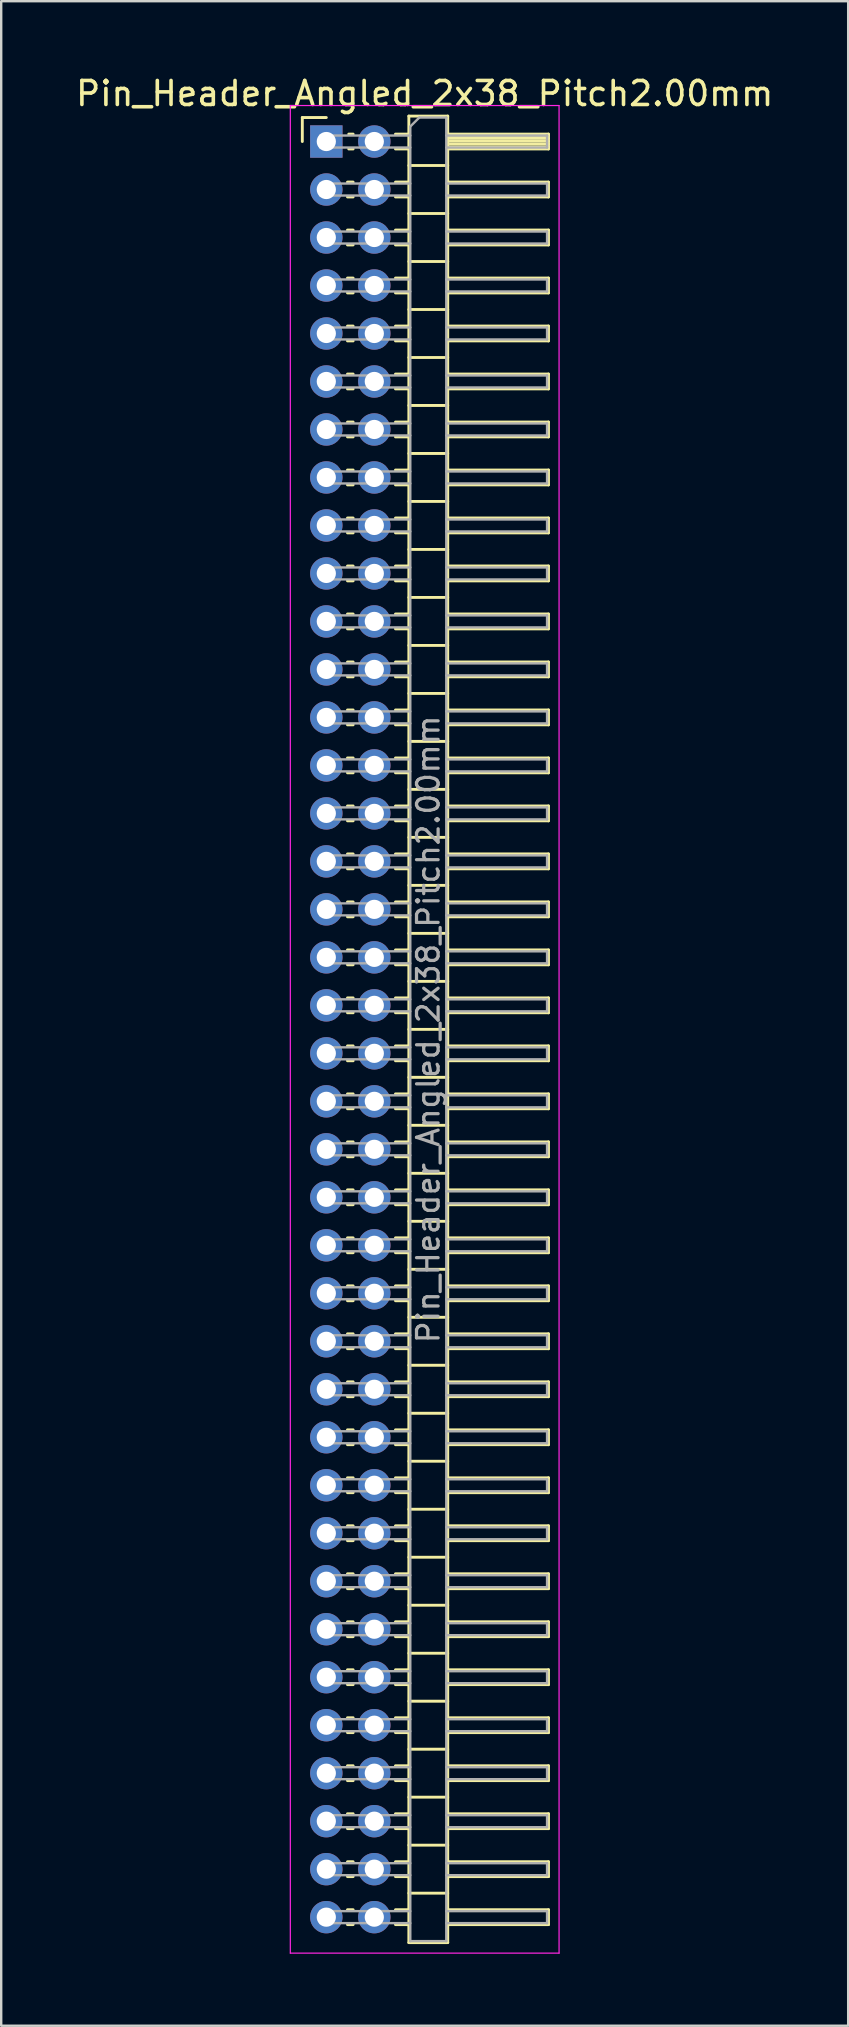
<source format=kicad_pcb>
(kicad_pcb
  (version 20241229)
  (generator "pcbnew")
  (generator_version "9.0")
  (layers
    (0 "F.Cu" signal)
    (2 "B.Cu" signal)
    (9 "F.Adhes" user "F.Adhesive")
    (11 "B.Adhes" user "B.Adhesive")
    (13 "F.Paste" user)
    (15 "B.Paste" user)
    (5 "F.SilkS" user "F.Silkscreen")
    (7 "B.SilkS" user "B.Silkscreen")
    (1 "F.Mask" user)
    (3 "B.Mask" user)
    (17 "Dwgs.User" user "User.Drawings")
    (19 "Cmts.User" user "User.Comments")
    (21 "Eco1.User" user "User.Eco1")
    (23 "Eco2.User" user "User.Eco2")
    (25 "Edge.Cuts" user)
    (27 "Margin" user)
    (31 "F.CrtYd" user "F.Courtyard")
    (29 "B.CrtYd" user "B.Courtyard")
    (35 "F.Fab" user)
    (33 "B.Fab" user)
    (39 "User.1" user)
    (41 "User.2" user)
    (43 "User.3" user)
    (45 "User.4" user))
  (footprint "Pin_Header_Angled_2x38_Pitch2.00mm"
    (layer "F.Cu")
    (at 10.549 2.848)
    (property "Reference" "Pin_Header_Angled_2x38_Pitch2.00mm" (at 4.1 -2 0) (layer "F.SilkS") (effects (font (size 1 1) (thickness 0.15))))
    (attr through_hole)
    (fp_line (start -1 -1) (end 0 -1) (stroke (width 0.12) (type solid)) (layer "F.SilkS"))
    (fp_line (start -1 0) (end -1 -1) (stroke (width 0.12) (type solid)) (layer "F.SilkS"))
    (fp_line (start 0.882 1.69) (end 1.118 1.69) (stroke (width 0.12) (type solid)) (layer "F.SilkS"))
    (fp_line (start 0.882 2.31) (end 1.118 2.31) (stroke (width 0.12) (type solid)) (layer "F.SilkS"))
    (fp_line (start 0.882 3.69) (end 1.118 3.69) (stroke (width 0.12) (type solid)) (layer "F.SilkS"))
    (fp_line (start 0.882 4.31) (end 1.118 4.31) (stroke (width 0.12) (type solid)) (layer "F.SilkS"))
    (fp_line (start 0.882 5.69) (end 1.118 5.69) (stroke (width 0.12) (type solid)) (layer "F.SilkS"))
    (fp_line (start 0.882 6.31) (end 1.118 6.31) (stroke (width 0.12) (type solid)) (layer "F.SilkS"))
    (fp_line (start 0.882 7.69) (end 1.118 7.69) (stroke (width 0.12) (type solid)) (layer "F.SilkS"))
    (fp_line (start 0.882 8.31) (end 1.118 8.31) (stroke (width 0.12) (type solid)) (layer "F.SilkS"))
    (fp_line (start 0.882 9.69) (end 1.118 9.69) (stroke (width 0.12) (type solid)) (layer "F.SilkS"))
    (fp_line (start 0.882 10.31) (end 1.118 10.31) (stroke (width 0.12) (type solid)) (layer "F.SilkS"))
    (fp_line (start 0.882 11.69) (end 1.118 11.69) (stroke (width 0.12) (type solid)) (layer "F.SilkS"))
    (fp_line (start 0.882 12.31) (end 1.118 12.31) (stroke (width 0.12) (type solid)) (layer "F.SilkS"))
    (fp_line (start 0.882 13.69) (end 1.118 13.69) (stroke (width 0.12) (type solid)) (layer "F.SilkS"))
    (fp_line (start 0.882 14.31) (end 1.118 14.31) (stroke (width 0.12) (type solid)) (layer "F.SilkS"))
    (fp_line (start 0.882 15.69) (end 1.118 15.69) (stroke (width 0.12) (type solid)) (layer "F.SilkS"))
    (fp_line (start 0.882 16.31) (end 1.118 16.31) (stroke (width 0.12) (type solid)) (layer "F.SilkS"))
    (fp_line (start 0.882 17.69) (end 1.118 17.69) (stroke (width 0.12) (type solid)) (layer "F.SilkS"))
    (fp_line (start 0.882 18.31) (end 1.118 18.31) (stroke (width 0.12) (type solid)) (layer "F.SilkS"))
    (fp_line (start 0.882 19.69) (end 1.118 19.69) (stroke (width 0.12) (type solid)) (layer "F.SilkS"))
    (fp_line (start 0.882 20.31) (end 1.118 20.31) (stroke (width 0.12) (type solid)) (layer "F.SilkS"))
    (fp_line (start 0.882 21.69) (end 1.118 21.69) (stroke (width 0.12) (type solid)) (layer "F.SilkS"))
    (fp_line (start 0.882 22.31) (end 1.118 22.31) (stroke (width 0.12) (type solid)) (layer "F.SilkS"))
    (fp_line (start 0.882 23.69) (end 1.118 23.69) (stroke (width 0.12) (type solid)) (layer "F.SilkS"))
    (fp_line (start 0.882 24.31) (end 1.118 24.31) (stroke (width 0.12) (type solid)) (layer "F.SilkS"))
    (fp_line (start 0.882 25.69) (end 1.118 25.69) (stroke (width 0.12) (type solid)) (layer "F.SilkS"))
    (fp_line (start 0.882 26.31) (end 1.118 26.31) (stroke (width 0.12) (type solid)) (layer "F.SilkS"))
    (fp_line (start 0.882 27.69) (end 1.118 27.69) (stroke (width 0.12) (type solid)) (layer "F.SilkS"))
    (fp_line (start 0.882 28.31) (end 1.118 28.31) (stroke (width 0.12) (type solid)) (layer "F.SilkS"))
    (fp_line (start 0.882 29.69) (end 1.118 29.69) (stroke (width 0.12) (type solid)) (layer "F.SilkS"))
    (fp_line (start 0.882 30.31) (end 1.118 30.31) (stroke (width 0.12) (type solid)) (layer "F.SilkS"))
    (fp_line (start 0.882 31.69) (end 1.118 31.69) (stroke (width 0.12) (type solid)) (layer "F.SilkS"))
    (fp_line (start 0.882 32.31) (end 1.118 32.31) (stroke (width 0.12) (type solid)) (layer "F.SilkS"))
    (fp_line (start 0.882 33.69) (end 1.118 33.69) (stroke (width 0.12) (type solid)) (layer "F.SilkS"))
    (fp_line (start 0.882 34.31) (end 1.118 34.31) (stroke (width 0.12) (type solid)) (layer "F.SilkS"))
    (fp_line (start 0.882 35.69) (end 1.118 35.69) (stroke (width 0.12) (type solid)) (layer "F.SilkS"))
    (fp_line (start 0.882 36.31) (end 1.118 36.31) (stroke (width 0.12) (type solid)) (layer "F.SilkS"))
    (fp_line (start 0.882 37.69) (end 1.118 37.69) (stroke (width 0.12) (type solid)) (layer "F.SilkS"))
    (fp_line (start 0.882 38.31) (end 1.118 38.31) (stroke (width 0.12) (type solid)) (layer "F.SilkS"))
    (fp_line (start 0.882 39.69) (end 1.118 39.69) (stroke (width 0.12) (type solid)) (layer "F.SilkS"))
    (fp_line (start 0.882 40.31) (end 1.118 40.31) (stroke (width 0.12) (type solid)) (layer "F.SilkS"))
    (fp_line (start 0.882 41.69) (end 1.118 41.69) (stroke (width 0.12) (type solid)) (layer "F.SilkS"))
    (fp_line (start 0.882 42.31) (end 1.118 42.31) (stroke (width 0.12) (type solid)) (layer "F.SilkS"))
    (fp_line (start 0.882 43.69) (end 1.118 43.69) (stroke (width 0.12) (type solid)) (layer "F.SilkS"))
    (fp_line (start 0.882 44.31) (end 1.118 44.31) (stroke (width 0.12) (type solid)) (layer "F.SilkS"))
    (fp_line (start 0.882 45.69) (end 1.118 45.69) (stroke (width 0.12) (type solid)) (layer "F.SilkS"))
    (fp_line (start 0.882 46.31) (end 1.118 46.31) (stroke (width 0.12) (type solid)) (layer "F.SilkS"))
    (fp_line (start 0.882 47.69) (end 1.118 47.69) (stroke (width 0.12) (type solid)) (layer "F.SilkS"))
    (fp_line (start 0.882 48.31) (end 1.118 48.31) (stroke (width 0.12) (type solid)) (layer "F.SilkS"))
    (fp_line (start 0.882 49.69) (end 1.118 49.69) (stroke (width 0.12) (type solid)) (layer "F.SilkS"))
    (fp_line (start 0.882 50.31) (end 1.118 50.31) (stroke (width 0.12) (type solid)) (layer "F.SilkS"))
    (fp_line (start 0.882 51.69) (end 1.118 51.69) (stroke (width 0.12) (type solid)) (layer "F.SilkS"))
    (fp_line (start 0.882 52.31) (end 1.118 52.31) (stroke (width 0.12) (type solid)) (layer "F.SilkS"))
    (fp_line (start 0.882 53.69) (end 1.118 53.69) (stroke (width 0.12) (type solid)) (layer "F.SilkS"))
    (fp_line (start 0.882 54.31) (end 1.118 54.31) (stroke (width 0.12) (type solid)) (layer "F.SilkS"))
    (fp_line (start 0.882 55.69) (end 1.118 55.69) (stroke (width 0.12) (type solid)) (layer "F.SilkS"))
    (fp_line (start 0.882 56.31) (end 1.118 56.31) (stroke (width 0.12) (type solid)) (layer "F.SilkS"))
    (fp_line (start 0.882 57.69) (end 1.118 57.69) (stroke (width 0.12) (type solid)) (layer "F.SilkS"))
    (fp_line (start 0.882 58.31) (end 1.118 58.31) (stroke (width 0.12) (type solid)) (layer "F.SilkS"))
    (fp_line (start 0.882 59.69) (end 1.118 59.69) (stroke (width 0.12) (type solid)) (layer "F.SilkS"))
    (fp_line (start 0.882 60.31) (end 1.118 60.31) (stroke (width 0.12) (type solid)) (layer "F.SilkS"))
    (fp_line (start 0.882 61.69) (end 1.118 61.69) (stroke (width 0.12) (type solid)) (layer "F.SilkS"))
    (fp_line (start 0.882 62.31) (end 1.118 62.31) (stroke (width 0.12) (type solid)) (layer "F.SilkS"))
    (fp_line (start 0.882 63.69) (end 1.118 63.69) (stroke (width 0.12) (type solid)) (layer "F.SilkS"))
    (fp_line (start 0.882 64.31) (end 1.118 64.31) (stroke (width 0.12) (type solid)) (layer "F.SilkS"))
    (fp_line (start 0.882 65.69) (end 1.118 65.69) (stroke (width 0.12) (type solid)) (layer "F.SilkS"))
    (fp_line (start 0.882 66.31) (end 1.118 66.31) (stroke (width 0.12) (type solid)) (layer "F.SilkS"))
    (fp_line (start 0.882 67.69) (end 1.118 67.69) (stroke (width 0.12) (type solid)) (layer "F.SilkS"))
    (fp_line (start 0.882 68.31) (end 1.118 68.31) (stroke (width 0.12) (type solid)) (layer "F.SilkS"))
    (fp_line (start 0.882 69.69) (end 1.118 69.69) (stroke (width 0.12) (type solid)) (layer "F.SilkS"))
    (fp_line (start 0.882 70.31) (end 1.118 70.31) (stroke (width 0.12) (type solid)) (layer "F.SilkS"))
    (fp_line (start 0.882 71.69) (end 1.118 71.69) (stroke (width 0.12) (type solid)) (layer "F.SilkS"))
    (fp_line (start 0.882 72.31) (end 1.118 72.31) (stroke (width 0.12) (type solid)) (layer "F.SilkS"))
    (fp_line (start 0.882 73.69) (end 1.118 73.69) (stroke (width 0.12) (type solid)) (layer "F.SilkS"))
    (fp_line (start 0.882 74.31) (end 1.118 74.31) (stroke (width 0.12) (type solid)) (layer "F.SilkS"))
    (fp_line (start 0.935 -0.31) (end 1.118 -0.31) (stroke (width 0.12) (type solid)) (layer "F.SilkS"))
    (fp_line (start 0.935 0.31) (end 1.118 0.31) (stroke (width 0.12) (type solid)) (layer "F.SilkS"))
    (fp_line (start 2.882 -0.31) (end 3.44 -0.31) (stroke (width 0.12) (type solid)) (layer "F.SilkS"))
    (fp_line (start 2.882 0.31) (end 3.44 0.31) (stroke (width 0.12) (type solid)) (layer "F.SilkS"))
    (fp_line (start 2.882 1.69) (end 3.44 1.69) (stroke (width 0.12) (type solid)) (layer "F.SilkS"))
    (fp_line (start 2.882 2.31) (end 3.44 2.31) (stroke (width 0.12) (type solid)) (layer "F.SilkS"))
    (fp_line (start 2.882 3.69) (end 3.44 3.69) (stroke (width 0.12) (type solid)) (layer "F.SilkS"))
    (fp_line (start 2.882 4.31) (end 3.44 4.31) (stroke (width 0.12) (type solid)) (layer "F.SilkS"))
    (fp_line (start 2.882 5.69) (end 3.44 5.69) (stroke (width 0.12) (type solid)) (layer "F.SilkS"))
    (fp_line (start 2.882 6.31) (end 3.44 6.31) (stroke (width 0.12) (type solid)) (layer "F.SilkS"))
    (fp_line (start 2.882 7.69) (end 3.44 7.69) (stroke (width 0.12) (type solid)) (layer "F.SilkS"))
    (fp_line (start 2.882 8.31) (end 3.44 8.31) (stroke (width 0.12) (type solid)) (layer "F.SilkS"))
    (fp_line (start 2.882 9.69) (end 3.44 9.69) (stroke (width 0.12) (type solid)) (layer "F.SilkS"))
    (fp_line (start 2.882 10.31) (end 3.44 10.31) (stroke (width 0.12) (type solid)) (layer "F.SilkS"))
    (fp_line (start 2.882 11.69) (end 3.44 11.69) (stroke (width 0.12) (type solid)) (layer "F.SilkS"))
    (fp_line (start 2.882 12.31) (end 3.44 12.31) (stroke (width 0.12) (type solid)) (layer "F.SilkS"))
    (fp_line (start 2.882 13.69) (end 3.44 13.69) (stroke (width 0.12) (type solid)) (layer "F.SilkS"))
    (fp_line (start 2.882 14.31) (end 3.44 14.31) (stroke (width 0.12) (type solid)) (layer "F.SilkS"))
    (fp_line (start 2.882 15.69) (end 3.44 15.69) (stroke (width 0.12) (type solid)) (layer "F.SilkS"))
    (fp_line (start 2.882 16.31) (end 3.44 16.31) (stroke (width 0.12) (type solid)) (layer "F.SilkS"))
    (fp_line (start 2.882 17.69) (end 3.44 17.69) (stroke (width 0.12) (type solid)) (layer "F.SilkS"))
    (fp_line (start 2.882 18.31) (end 3.44 18.31) (stroke (width 0.12) (type solid)) (layer "F.SilkS"))
    (fp_line (start 2.882 19.69) (end 3.44 19.69) (stroke (width 0.12) (type solid)) (layer "F.SilkS"))
    (fp_line (start 2.882 20.31) (end 3.44 20.31) (stroke (width 0.12) (type solid)) (layer "F.SilkS"))
    (fp_line (start 2.882 21.69) (end 3.44 21.69) (stroke (width 0.12) (type solid)) (layer "F.SilkS"))
    (fp_line (start 2.882 22.31) (end 3.44 22.31) (stroke (width 0.12) (type solid)) (layer "F.SilkS"))
    (fp_line (start 2.882 23.69) (end 3.44 23.69) (stroke (width 0.12) (type solid)) (layer "F.SilkS"))
    (fp_line (start 2.882 24.31) (end 3.44 24.31) (stroke (width 0.12) (type solid)) (layer "F.SilkS"))
    (fp_line (start 2.882 25.69) (end 3.44 25.69) (stroke (width 0.12) (type solid)) (layer "F.SilkS"))
    (fp_line (start 2.882 26.31) (end 3.44 26.31) (stroke (width 0.12) (type solid)) (layer "F.SilkS"))
    (fp_line (start 2.882 27.69) (end 3.44 27.69) (stroke (width 0.12) (type solid)) (layer "F.SilkS"))
    (fp_line (start 2.882 28.31) (end 3.44 28.31) (stroke (width 0.12) (type solid)) (layer "F.SilkS"))
    (fp_line (start 2.882 29.69) (end 3.44 29.69) (stroke (width 0.12) (type solid)) (layer "F.SilkS"))
    (fp_line (start 2.882 30.31) (end 3.44 30.31) (stroke (width 0.12) (type solid)) (layer "F.SilkS"))
    (fp_line (start 2.882 31.69) (end 3.44 31.69) (stroke (width 0.12) (type solid)) (layer "F.SilkS"))
    (fp_line (start 2.882 32.31) (end 3.44 32.31) (stroke (width 0.12) (type solid)) (layer "F.SilkS"))
    (fp_line (start 2.882 33.69) (end 3.44 33.69) (stroke (width 0.12) (type solid)) (layer "F.SilkS"))
    (fp_line (start 2.882 34.31) (end 3.44 34.31) (stroke (width 0.12) (type solid)) (layer "F.SilkS"))
    (fp_line (start 2.882 35.69) (end 3.44 35.69) (stroke (width 0.12) (type solid)) (layer "F.SilkS"))
    (fp_line (start 2.882 36.31) (end 3.44 36.31) (stroke (width 0.12) (type solid)) (layer "F.SilkS"))
    (fp_line (start 2.882 37.69) (end 3.44 37.69) (stroke (width 0.12) (type solid)) (layer "F.SilkS"))
    (fp_line (start 2.882 38.31) (end 3.44 38.31) (stroke (width 0.12) (type solid)) (layer "F.SilkS"))
    (fp_line (start 2.882 39.69) (end 3.44 39.69) (stroke (width 0.12) (type solid)) (layer "F.SilkS"))
    (fp_line (start 2.882 40.31) (end 3.44 40.31) (stroke (width 0.12) (type solid)) (layer "F.SilkS"))
    (fp_line (start 2.882 41.69) (end 3.44 41.69) (stroke (width 0.12) (type solid)) (layer "F.SilkS"))
    (fp_line (start 2.882 42.31) (end 3.44 42.31) (stroke (width 0.12) (type solid)) (layer "F.SilkS"))
    (fp_line (start 2.882 43.69) (end 3.44 43.69) (stroke (width 0.12) (type solid)) (layer "F.SilkS"))
    (fp_line (start 2.882 44.31) (end 3.44 44.31) (stroke (width 0.12) (type solid)) (layer "F.SilkS"))
    (fp_line (start 2.882 45.69) (end 3.44 45.69) (stroke (width 0.12) (type solid)) (layer "F.SilkS"))
    (fp_line (start 2.882 46.31) (end 3.44 46.31) (stroke (width 0.12) (type solid)) (layer "F.SilkS"))
    (fp_line (start 2.882 47.69) (end 3.44 47.69) (stroke (width 0.12) (type solid)) (layer "F.SilkS"))
    (fp_line (start 2.882 48.31) (end 3.44 48.31) (stroke (width 0.12) (type solid)) (layer "F.SilkS"))
    (fp_line (start 2.882 49.69) (end 3.44 49.69) (stroke (width 0.12) (type solid)) (layer "F.SilkS"))
    (fp_line (start 2.882 50.31) (end 3.44 50.31) (stroke (width 0.12) (type solid)) (layer "F.SilkS"))
    (fp_line (start 2.882 51.69) (end 3.44 51.69) (stroke (width 0.12) (type solid)) (layer "F.SilkS"))
    (fp_line (start 2.882 52.31) (end 3.44 52.31) (stroke (width 0.12) (type solid)) (layer "F.SilkS"))
    (fp_line (start 2.882 53.69) (end 3.44 53.69) (stroke (width 0.12) (type solid)) (layer "F.SilkS"))
    (fp_line (start 2.882 54.31) (end 3.44 54.31) (stroke (width 0.12) (type solid)) (layer "F.SilkS"))
    (fp_line (start 2.882 55.69) (end 3.44 55.69) (stroke (width 0.12) (type solid)) (layer "F.SilkS"))
    (fp_line (start 2.882 56.31) (end 3.44 56.31) (stroke (width 0.12) (type solid)) (layer "F.SilkS"))
    (fp_line (start 2.882 57.69) (end 3.44 57.69) (stroke (width 0.12) (type solid)) (layer "F.SilkS"))
    (fp_line (start 2.882 58.31) (end 3.44 58.31) (stroke (width 0.12) (type solid)) (layer "F.SilkS"))
    (fp_line (start 2.882 59.69) (end 3.44 59.69) (stroke (width 0.12) (type solid)) (layer "F.SilkS"))
    (fp_line (start 2.882 60.31) (end 3.44 60.31) (stroke (width 0.12) (type solid)) (layer "F.SilkS"))
    (fp_line (start 2.882 61.69) (end 3.44 61.69) (stroke (width 0.12) (type solid)) (layer "F.SilkS"))
    (fp_line (start 2.882 62.31) (end 3.44 62.31) (stroke (width 0.12) (type solid)) (layer "F.SilkS"))
    (fp_line (start 2.882 63.69) (end 3.44 63.69) (stroke (width 0.12) (type solid)) (layer "F.SilkS"))
    (fp_line (start 2.882 64.31) (end 3.44 64.31) (stroke (width 0.12) (type solid)) (layer "F.SilkS"))
    (fp_line (start 2.882 65.69) (end 3.44 65.69) (stroke (width 0.12) (type solid)) (layer "F.SilkS"))
    (fp_line (start 2.882 66.31) (end 3.44 66.31) (stroke (width 0.12) (type solid)) (layer "F.SilkS"))
    (fp_line (start 2.882 67.69) (end 3.44 67.69) (stroke (width 0.12) (type solid)) (layer "F.SilkS"))
    (fp_line (start 2.882 68.31) (end 3.44 68.31) (stroke (width 0.12) (type solid)) (layer "F.SilkS"))
    (fp_line (start 2.882 69.69) (end 3.44 69.69) (stroke (width 0.12) (type solid)) (layer "F.SilkS"))
    (fp_line (start 2.882 70.31) (end 3.44 70.31) (stroke (width 0.12) (type solid)) (layer "F.SilkS"))
    (fp_line (start 2.882 71.69) (end 3.44 71.69) (stroke (width 0.12) (type solid)) (layer "F.SilkS"))
    (fp_line (start 2.882 72.31) (end 3.44 72.31) (stroke (width 0.12) (type solid)) (layer "F.SilkS"))
    (fp_line (start 2.882 73.69) (end 3.44 73.69) (stroke (width 0.12) (type solid)) (layer "F.SilkS"))
    (fp_line (start 2.882 74.31) (end 3.44 74.31) (stroke (width 0.12) (type solid)) (layer "F.SilkS"))
    (fp_line (start 3.44 -1.06) (end 3.44 75.06) (stroke (width 0.12) (type solid)) (layer "F.SilkS"))
    (fp_line (start 3.44 1) (end 5.06 1) (stroke (width 0.12) (type solid)) (layer "F.SilkS"))
    (fp_line (start 3.44 3) (end 5.06 3) (stroke (width 0.12) (type solid)) (layer "F.SilkS"))
    (fp_line (start 3.44 5) (end 5.06 5) (stroke (width 0.12) (type solid)) (layer "F.SilkS"))
    (fp_line (start 3.44 7) (end 5.06 7) (stroke (width 0.12) (type solid)) (layer "F.SilkS"))
    (fp_line (start 3.44 9) (end 5.06 9) (stroke (width 0.12) (type solid)) (layer "F.SilkS"))
    (fp_line (start 3.44 11) (end 5.06 11) (stroke (width 0.12) (type solid)) (layer "F.SilkS"))
    (fp_line (start 3.44 13) (end 5.06 13) (stroke (width 0.12) (type solid)) (layer "F.SilkS"))
    (fp_line (start 3.44 15) (end 5.06 15) (stroke (width 0.12) (type solid)) (layer "F.SilkS"))
    (fp_line (start 3.44 17) (end 5.06 17) (stroke (width 0.12) (type solid)) (layer "F.SilkS"))
    (fp_line (start 3.44 19) (end 5.06 19) (stroke (width 0.12) (type solid)) (layer "F.SilkS"))
    (fp_line (start 3.44 21) (end 5.06 21) (stroke (width 0.12) (type solid)) (layer "F.SilkS"))
    (fp_line (start 3.44 23) (end 5.06 23) (stroke (width 0.12) (type solid)) (layer "F.SilkS"))
    (fp_line (start 3.44 25) (end 5.06 25) (stroke (width 0.12) (type solid)) (layer "F.SilkS"))
    (fp_line (start 3.44 27) (end 5.06 27) (stroke (width 0.12) (type solid)) (layer "F.SilkS"))
    (fp_line (start 3.44 29) (end 5.06 29) (stroke (width 0.12) (type solid)) (layer "F.SilkS"))
    (fp_line (start 3.44 31) (end 5.06 31) (stroke (width 0.12) (type solid)) (layer "F.SilkS"))
    (fp_line (start 3.44 33) (end 5.06 33) (stroke (width 0.12) (type solid)) (layer "F.SilkS"))
    (fp_line (start 3.44 35) (end 5.06 35) (stroke (width 0.12) (type solid)) (layer "F.SilkS"))
    (fp_line (start 3.44 37) (end 5.06 37) (stroke (width 0.12) (type solid)) (layer "F.SilkS"))
    (fp_line (start 3.44 39) (end 5.06 39) (stroke (width 0.12) (type solid)) (layer "F.SilkS"))
    (fp_line (start 3.44 41) (end 5.06 41) (stroke (width 0.12) (type solid)) (layer "F.SilkS"))
    (fp_line (start 3.44 43) (end 5.06 43) (stroke (width 0.12) (type solid)) (layer "F.SilkS"))
    (fp_line (start 3.44 45) (end 5.06 45) (stroke (width 0.12) (type solid)) (layer "F.SilkS"))
    (fp_line (start 3.44 47) (end 5.06 47) (stroke (width 0.12) (type solid)) (layer "F.SilkS"))
    (fp_line (start 3.44 49) (end 5.06 49) (stroke (width 0.12) (type solid)) (layer "F.SilkS"))
    (fp_line (start 3.44 51) (end 5.06 51) (stroke (width 0.12) (type solid)) (layer "F.SilkS"))
    (fp_line (start 3.44 53) (end 5.06 53) (stroke (width 0.12) (type solid)) (layer "F.SilkS"))
    (fp_line (start 3.44 55) (end 5.06 55) (stroke (width 0.12) (type solid)) (layer "F.SilkS"))
    (fp_line (start 3.44 57) (end 5.06 57) (stroke (width 0.12) (type solid)) (layer "F.SilkS"))
    (fp_line (start 3.44 59) (end 5.06 59) (stroke (width 0.12) (type solid)) (layer "F.SilkS"))
    (fp_line (start 3.44 61) (end 5.06 61) (stroke (width 0.12) (type solid)) (layer "F.SilkS"))
    (fp_line (start 3.44 63) (end 5.06 63) (stroke (width 0.12) (type solid)) (layer "F.SilkS"))
    (fp_line (start 3.44 65) (end 5.06 65) (stroke (width 0.12) (type solid)) (layer "F.SilkS"))
    (fp_line (start 3.44 67) (end 5.06 67) (stroke (width 0.12) (type solid)) (layer "F.SilkS"))
    (fp_line (start 3.44 69) (end 5.06 69) (stroke (width 0.12) (type solid)) (layer "F.SilkS"))
    (fp_line (start 3.44 71) (end 5.06 71) (stroke (width 0.12) (type solid)) (layer "F.SilkS"))
    (fp_line (start 3.44 73) (end 5.06 73) (stroke (width 0.12) (type solid)) (layer "F.SilkS"))
    (fp_line (start 3.44 75.06) (end 5.06 75.06) (stroke (width 0.12) (type solid)) (layer "F.SilkS"))
    (fp_line (start 5.06 -1.06) (end 3.44 -1.06) (stroke (width 0.12) (type solid)) (layer "F.SilkS"))
    (fp_line (start 5.06 -0.31) (end 9.26 -0.31) (stroke (width 0.12) (type solid)) (layer "F.SilkS"))
    (fp_line (start 5.06 -0.25) (end 9.26 -0.25) (stroke (width 0.12) (type solid)) (layer "F.SilkS"))
    (fp_line (start 5.06 -0.13) (end 9.26 -0.13) (stroke (width 0.12) (type solid)) (layer "F.SilkS"))
    (fp_line (start 5.06 -0.01) (end 9.26 -0.01) (stroke (width 0.12) (type solid)) (layer "F.SilkS"))
    (fp_line (start 5.06 0.11) (end 9.26 0.11) (stroke (width 0.12) (type solid)) (layer "F.SilkS"))
    (fp_line (start 5.06 0.23) (end 9.26 0.23) (stroke (width 0.12) (type solid)) (layer "F.SilkS"))
    (fp_line (start 5.06 1.69) (end 9.26 1.69) (stroke (width 0.12) (type solid)) (layer "F.SilkS"))
    (fp_line (start 5.06 3.69) (end 9.26 3.69) (stroke (width 0.12) (type solid)) (layer "F.SilkS"))
    (fp_line (start 5.06 5.69) (end 9.26 5.69) (stroke (width 0.12) (type solid)) (layer "F.SilkS"))
    (fp_line (start 5.06 7.69) (end 9.26 7.69) (stroke (width 0.12) (type solid)) (layer "F.SilkS"))
    (fp_line (start 5.06 9.69) (end 9.26 9.69) (stroke (width 0.12) (type solid)) (layer "F.SilkS"))
    (fp_line (start 5.06 11.69) (end 9.26 11.69) (stroke (width 0.12) (type solid)) (layer "F.SilkS"))
    (fp_line (start 5.06 13.69) (end 9.26 13.69) (stroke (width 0.12) (type solid)) (layer "F.SilkS"))
    (fp_line (start 5.06 15.69) (end 9.26 15.69) (stroke (width 0.12) (type solid)) (layer "F.SilkS"))
    (fp_line (start 5.06 17.69) (end 9.26 17.69) (stroke (width 0.12) (type solid)) (layer "F.SilkS"))
    (fp_line (start 5.06 19.69) (end 9.26 19.69) (stroke (width 0.12) (type solid)) (layer "F.SilkS"))
    (fp_line (start 5.06 21.69) (end 9.26 21.69) (stroke (width 0.12) (type solid)) (layer "F.SilkS"))
    (fp_line (start 5.06 23.69) (end 9.26 23.69) (stroke (width 0.12) (type solid)) (layer "F.SilkS"))
    (fp_line (start 5.06 25.69) (end 9.26 25.69) (stroke (width 0.12) (type solid)) (layer "F.SilkS"))
    (fp_line (start 5.06 27.69) (end 9.26 27.69) (stroke (width 0.12) (type solid)) (layer "F.SilkS"))
    (fp_line (start 5.06 29.69) (end 9.26 29.69) (stroke (width 0.12) (type solid)) (layer "F.SilkS"))
    (fp_line (start 5.06 31.69) (end 9.26 31.69) (stroke (width 0.12) (type solid)) (layer "F.SilkS"))
    (fp_line (start 5.06 33.69) (end 9.26 33.69) (stroke (width 0.12) (type solid)) (layer "F.SilkS"))
    (fp_line (start 5.06 35.69) (end 9.26 35.69) (stroke (width 0.12) (type solid)) (layer "F.SilkS"))
    (fp_line (start 5.06 37.69) (end 9.26 37.69) (stroke (width 0.12) (type solid)) (layer "F.SilkS"))
    (fp_line (start 5.06 39.69) (end 9.26 39.69) (stroke (width 0.12) (type solid)) (layer "F.SilkS"))
    (fp_line (start 5.06 41.69) (end 9.26 41.69) (stroke (width 0.12) (type solid)) (layer "F.SilkS"))
    (fp_line (start 5.06 43.69) (end 9.26 43.69) (stroke (width 0.12) (type solid)) (layer "F.SilkS"))
    (fp_line (start 5.06 45.69) (end 9.26 45.69) (stroke (width 0.12) (type solid)) (layer "F.SilkS"))
    (fp_line (start 5.06 47.69) (end 9.26 47.69) (stroke (width 0.12) (type solid)) (layer "F.SilkS"))
    (fp_line (start 5.06 49.69) (end 9.26 49.69) (stroke (width 0.12) (type solid)) (layer "F.SilkS"))
    (fp_line (start 5.06 51.69) (end 9.26 51.69) (stroke (width 0.12) (type solid)) (layer "F.SilkS"))
    (fp_line (start 5.06 53.69) (end 9.26 53.69) (stroke (width 0.12) (type solid)) (layer "F.SilkS"))
    (fp_line (start 5.06 55.69) (end 9.26 55.69) (stroke (width 0.12) (type solid)) (layer "F.SilkS"))
    (fp_line (start 5.06 57.69) (end 9.26 57.69) (stroke (width 0.12) (type solid)) (layer "F.SilkS"))
    (fp_line (start 5.06 59.69) (end 9.26 59.69) (stroke (width 0.12) (type solid)) (layer "F.SilkS"))
    (fp_line (start 5.06 61.69) (end 9.26 61.69) (stroke (width 0.12) (type solid)) (layer "F.SilkS"))
    (fp_line (start 5.06 63.69) (end 9.26 63.69) (stroke (width 0.12) (type solid)) (layer "F.SilkS"))
    (fp_line (start 5.06 65.69) (end 9.26 65.69) (stroke (width 0.12) (type solid)) (layer "F.SilkS"))
    (fp_line (start 5.06 67.69) (end 9.26 67.69) (stroke (width 0.12) (type solid)) (layer "F.SilkS"))
    (fp_line (start 5.06 69.69) (end 9.26 69.69) (stroke (width 0.12) (type solid)) (layer "F.SilkS"))
    (fp_line (start 5.06 71.69) (end 9.26 71.69) (stroke (width 0.12) (type solid)) (layer "F.SilkS"))
    (fp_line (start 5.06 73.69) (end 9.26 73.69) (stroke (width 0.12) (type solid)) (layer "F.SilkS"))
    (fp_line (start 5.06 75.06) (end 5.06 -1.06) (stroke (width 0.12) (type solid)) (layer "F.SilkS"))
    (fp_line (start 9.26 -0.31) (end 9.26 0.31) (stroke (width 0.12) (type solid)) (layer "F.SilkS"))
    (fp_line (start 9.26 0.31) (end 5.06 0.31) (stroke (width 0.12) (type solid)) (layer "F.SilkS"))
    (fp_line (start 9.26 1.69) (end 9.26 2.31) (stroke (width 0.12) (type solid)) (layer "F.SilkS"))
    (fp_line (start 9.26 2.31) (end 5.06 2.31) (stroke (width 0.12) (type solid)) (layer "F.SilkS"))
    (fp_line (start 9.26 3.69) (end 9.26 4.31) (stroke (width 0.12) (type solid)) (layer "F.SilkS"))
    (fp_line (start 9.26 4.31) (end 5.06 4.31) (stroke (width 0.12) (type solid)) (layer "F.SilkS"))
    (fp_line (start 9.26 5.69) (end 9.26 6.31) (stroke (width 0.12) (type solid)) (layer "F.SilkS"))
    (fp_line (start 9.26 6.31) (end 5.06 6.31) (stroke (width 0.12) (type solid)) (layer "F.SilkS"))
    (fp_line (start 9.26 7.69) (end 9.26 8.31) (stroke (width 0.12) (type solid)) (layer "F.SilkS"))
    (fp_line (start 9.26 8.31) (end 5.06 8.31) (stroke (width 0.12) (type solid)) (layer "F.SilkS"))
    (fp_line (start 9.26 9.69) (end 9.26 10.31) (stroke (width 0.12) (type solid)) (layer "F.SilkS"))
    (fp_line (start 9.26 10.31) (end 5.06 10.31) (stroke (width 0.12) (type solid)) (layer "F.SilkS"))
    (fp_line (start 9.26 11.69) (end 9.26 12.31) (stroke (width 0.12) (type solid)) (layer "F.SilkS"))
    (fp_line (start 9.26 12.31) (end 5.06 12.31) (stroke (width 0.12) (type solid)) (layer "F.SilkS"))
    (fp_line (start 9.26 13.69) (end 9.26 14.31) (stroke (width 0.12) (type solid)) (layer "F.SilkS"))
    (fp_line (start 9.26 14.31) (end 5.06 14.31) (stroke (width 0.12) (type solid)) (layer "F.SilkS"))
    (fp_line (start 9.26 15.69) (end 9.26 16.31) (stroke (width 0.12) (type solid)) (layer "F.SilkS"))
    (fp_line (start 9.26 16.31) (end 5.06 16.31) (stroke (width 0.12) (type solid)) (layer "F.SilkS"))
    (fp_line (start 9.26 17.69) (end 9.26 18.31) (stroke (width 0.12) (type solid)) (layer "F.SilkS"))
    (fp_line (start 9.26 18.31) (end 5.06 18.31) (stroke (width 0.12) (type solid)) (layer "F.SilkS"))
    (fp_line (start 9.26 19.69) (end 9.26 20.31) (stroke (width 0.12) (type solid)) (layer "F.SilkS"))
    (fp_line (start 9.26 20.31) (end 5.06 20.31) (stroke (width 0.12) (type solid)) (layer "F.SilkS"))
    (fp_line (start 9.26 21.69) (end 9.26 22.31) (stroke (width 0.12) (type solid)) (layer "F.SilkS"))
    (fp_line (start 9.26 22.31) (end 5.06 22.31) (stroke (width 0.12) (type solid)) (layer "F.SilkS"))
    (fp_line (start 9.26 23.69) (end 9.26 24.31) (stroke (width 0.12) (type solid)) (layer "F.SilkS"))
    (fp_line (start 9.26 24.31) (end 5.06 24.31) (stroke (width 0.12) (type solid)) (layer "F.SilkS"))
    (fp_line (start 9.26 25.69) (end 9.26 26.31) (stroke (width 0.12) (type solid)) (layer "F.SilkS"))
    (fp_line (start 9.26 26.31) (end 5.06 26.31) (stroke (width 0.12) (type solid)) (layer "F.SilkS"))
    (fp_line (start 9.26 27.69) (end 9.26 28.31) (stroke (width 0.12) (type solid)) (layer "F.SilkS"))
    (fp_line (start 9.26 28.31) (end 5.06 28.31) (stroke (width 0.12) (type solid)) (layer "F.SilkS"))
    (fp_line (start 9.26 29.69) (end 9.26 30.31) (stroke (width 0.12) (type solid)) (layer "F.SilkS"))
    (fp_line (start 9.26 30.31) (end 5.06 30.31) (stroke (width 0.12) (type solid)) (layer "F.SilkS"))
    (fp_line (start 9.26 31.69) (end 9.26 32.31) (stroke (width 0.12) (type solid)) (layer "F.SilkS"))
    (fp_line (start 9.26 32.31) (end 5.06 32.31) (stroke (width 0.12) (type solid)) (layer "F.SilkS"))
    (fp_line (start 9.26 33.69) (end 9.26 34.31) (stroke (width 0.12) (type solid)) (layer "F.SilkS"))
    (fp_line (start 9.26 34.31) (end 5.06 34.31) (stroke (width 0.12) (type solid)) (layer "F.SilkS"))
    (fp_line (start 9.26 35.69) (end 9.26 36.31) (stroke (width 0.12) (type solid)) (layer "F.SilkS"))
    (fp_line (start 9.26 36.31) (end 5.06 36.31) (stroke (width 0.12) (type solid)) (layer "F.SilkS"))
    (fp_line (start 9.26 37.69) (end 9.26 38.31) (stroke (width 0.12) (type solid)) (layer "F.SilkS"))
    (fp_line (start 9.26 38.31) (end 5.06 38.31) (stroke (width 0.12) (type solid)) (layer "F.SilkS"))
    (fp_line (start 9.26 39.69) (end 9.26 40.31) (stroke (width 0.12) (type solid)) (layer "F.SilkS"))
    (fp_line (start 9.26 40.31) (end 5.06 40.31) (stroke (width 0.12) (type solid)) (layer "F.SilkS"))
    (fp_line (start 9.26 41.69) (end 9.26 42.31) (stroke (width 0.12) (type solid)) (layer "F.SilkS"))
    (fp_line (start 9.26 42.31) (end 5.06 42.31) (stroke (width 0.12) (type solid)) (layer "F.SilkS"))
    (fp_line (start 9.26 43.69) (end 9.26 44.31) (stroke (width 0.12) (type solid)) (layer "F.SilkS"))
    (fp_line (start 9.26 44.31) (end 5.06 44.31) (stroke (width 0.12) (type solid)) (layer "F.SilkS"))
    (fp_line (start 9.26 45.69) (end 9.26 46.31) (stroke (width 0.12) (type solid)) (layer "F.SilkS"))
    (fp_line (start 9.26 46.31) (end 5.06 46.31) (stroke (width 0.12) (type solid)) (layer "F.SilkS"))
    (fp_line (start 9.26 47.69) (end 9.26 48.31) (stroke (width 0.12) (type solid)) (layer "F.SilkS"))
    (fp_line (start 9.26 48.31) (end 5.06 48.31) (stroke (width 0.12) (type solid)) (layer "F.SilkS"))
    (fp_line (start 9.26 49.69) (end 9.26 50.31) (stroke (width 0.12) (type solid)) (layer "F.SilkS"))
    (fp_line (start 9.26 50.31) (end 5.06 50.31) (stroke (width 0.12) (type solid)) (layer "F.SilkS"))
    (fp_line (start 9.26 51.69) (end 9.26 52.31) (stroke (width 0.12) (type solid)) (layer "F.SilkS"))
    (fp_line (start 9.26 52.31) (end 5.06 52.31) (stroke (width 0.12) (type solid)) (layer "F.SilkS"))
    (fp_line (start 9.26 53.69) (end 9.26 54.31) (stroke (width 0.12) (type solid)) (layer "F.SilkS"))
    (fp_line (start 9.26 54.31) (end 5.06 54.31) (stroke (width 0.12) (type solid)) (layer "F.SilkS"))
    (fp_line (start 9.26 55.69) (end 9.26 56.31) (stroke (width 0.12) (type solid)) (layer "F.SilkS"))
    (fp_line (start 9.26 56.31) (end 5.06 56.31) (stroke (width 0.12) (type solid)) (layer "F.SilkS"))
    (fp_line (start 9.26 57.69) (end 9.26 58.31) (stroke (width 0.12) (type solid)) (layer "F.SilkS"))
    (fp_line (start 9.26 58.31) (end 5.06 58.31) (stroke (width 0.12) (type solid)) (layer "F.SilkS"))
    (fp_line (start 9.26 59.69) (end 9.26 60.31) (stroke (width 0.12) (type solid)) (layer "F.SilkS"))
    (fp_line (start 9.26 60.31) (end 5.06 60.31) (stroke (width 0.12) (type solid)) (layer "F.SilkS"))
    (fp_line (start 9.26 61.69) (end 9.26 62.31) (stroke (width 0.12) (type solid)) (layer "F.SilkS"))
    (fp_line (start 9.26 62.31) (end 5.06 62.31) (stroke (width 0.12) (type solid)) (layer "F.SilkS"))
    (fp_line (start 9.26 63.69) (end 9.26 64.31) (stroke (width 0.12) (type solid)) (layer "F.SilkS"))
    (fp_line (start 9.26 64.31) (end 5.06 64.31) (stroke (width 0.12) (type solid)) (layer "F.SilkS"))
    (fp_line (start 9.26 65.69) (end 9.26 66.31) (stroke (width 0.12) (type solid)) (layer "F.SilkS"))
    (fp_line (start 9.26 66.31) (end 5.06 66.31) (stroke (width 0.12) (type solid)) (layer "F.SilkS"))
    (fp_line (start 9.26 67.69) (end 9.26 68.31) (stroke (width 0.12) (type solid)) (layer "F.SilkS"))
    (fp_line (start 9.26 68.31) (end 5.06 68.31) (stroke (width 0.12) (type solid)) (layer "F.SilkS"))
    (fp_line (start 9.26 69.69) (end 9.26 70.31) (stroke (width 0.12) (type solid)) (layer "F.SilkS"))
    (fp_line (start 9.26 70.31) (end 5.06 70.31) (stroke (width 0.12) (type solid)) (layer "F.SilkS"))
    (fp_line (start 9.26 71.69) (end 9.26 72.31) (stroke (width 0.12) (type solid)) (layer "F.SilkS"))
    (fp_line (start 9.26 72.31) (end 5.06 72.31) (stroke (width 0.12) (type solid)) (layer "F.SilkS"))
    (fp_line (start 9.26 73.69) (end 9.26 74.31) (stroke (width 0.12) (type solid)) (layer "F.SilkS"))
    (fp_line (start 9.26 74.31) (end 5.06 74.31) (stroke (width 0.12) (type solid)) (layer "F.SilkS"))
    (fp_line (start -1.5 -1.5) (end -1.5 75.5) (stroke (width 0.05) (type solid)) (layer "F.CrtYd"))
    (fp_line (start -1.5 75.5) (end 9.7 75.5) (stroke (width 0.05) (type solid)) (layer "F.CrtYd"))
    (fp_line (start 9.7 -1.5) (end -1.5 -1.5) (stroke (width 0.05) (type solid)) (layer "F.CrtYd"))
    (fp_line (start 9.7 75.5) (end 9.7 -1.5) (stroke (width 0.05) (type solid)) (layer "F.CrtYd"))
    (fp_line (start -0.25 -0.25) (end -0.25 0.25) (stroke (width 0.1) (type solid)) (layer "F.Fab"))
    (fp_line (start -0.25 -0.25) (end 3.5 -0.25) (stroke (width 0.1) (type solid)) (layer "F.Fab"))
    (fp_line (start -0.25 0.25) (end 3.5 0.25) (stroke (width 0.1) (type solid)) (layer "F.Fab"))
    (fp_line (start -0.25 1.75) (end -0.25 2.25) (stroke (width 0.1) (type solid)) (layer "F.Fab"))
    (fp_line (start -0.25 1.75) (end 3.5 1.75) (stroke (width 0.1) (type solid)) (layer "F.Fab"))
    (fp_line (start -0.25 2.25) (end 3.5 2.25) (stroke (width 0.1) (type solid)) (layer "F.Fab"))
    (fp_line (start -0.25 3.75) (end -0.25 4.25) (stroke (width 0.1) (type solid)) (layer "F.Fab"))
    (fp_line (start -0.25 3.75) (end 3.5 3.75) (stroke (width 0.1) (type solid)) (layer "F.Fab"))
    (fp_line (start -0.25 4.25) (end 3.5 4.25) (stroke (width 0.1) (type solid)) (layer "F.Fab"))
    (fp_line (start -0.25 5.75) (end -0.25 6.25) (stroke (width 0.1) (type solid)) (layer "F.Fab"))
    (fp_line (start -0.25 5.75) (end 3.5 5.75) (stroke (width 0.1) (type solid)) (layer "F.Fab"))
    (fp_line (start -0.25 6.25) (end 3.5 6.25) (stroke (width 0.1) (type solid)) (layer "F.Fab"))
    (fp_line (start -0.25 7.75) (end -0.25 8.25) (stroke (width 0.1) (type solid)) (layer "F.Fab"))
    (fp_line (start -0.25 7.75) (end 3.5 7.75) (stroke (width 0.1) (type solid)) (layer "F.Fab"))
    (fp_line (start -0.25 8.25) (end 3.5 8.25) (stroke (width 0.1) (type solid)) (layer "F.Fab"))
    (fp_line (start -0.25 9.75) (end -0.25 10.25) (stroke (width 0.1) (type solid)) (layer "F.Fab"))
    (fp_line (start -0.25 9.75) (end 3.5 9.75) (stroke (width 0.1) (type solid)) (layer "F.Fab"))
    (fp_line (start -0.25 10.25) (end 3.5 10.25) (stroke (width 0.1) (type solid)) (layer "F.Fab"))
    (fp_line (start -0.25 11.75) (end -0.25 12.25) (stroke (width 0.1) (type solid)) (layer "F.Fab"))
    (fp_line (start -0.25 11.75) (end 3.5 11.75) (stroke (width 0.1) (type solid)) (layer "F.Fab"))
    (fp_line (start -0.25 12.25) (end 3.5 12.25) (stroke (width 0.1) (type solid)) (layer "F.Fab"))
    (fp_line (start -0.25 13.75) (end -0.25 14.25) (stroke (width 0.1) (type solid)) (layer "F.Fab"))
    (fp_line (start -0.25 13.75) (end 3.5 13.75) (stroke (width 0.1) (type solid)) (layer "F.Fab"))
    (fp_line (start -0.25 14.25) (end 3.5 14.25) (stroke (width 0.1) (type solid)) (layer "F.Fab"))
    (fp_line (start -0.25 15.75) (end -0.25 16.25) (stroke (width 0.1) (type solid)) (layer "F.Fab"))
    (fp_line (start -0.25 15.75) (end 3.5 15.75) (stroke (width 0.1) (type solid)) (layer "F.Fab"))
    (fp_line (start -0.25 16.25) (end 3.5 16.25) (stroke (width 0.1) (type solid)) (layer "F.Fab"))
    (fp_line (start -0.25 17.75) (end -0.25 18.25) (stroke (width 0.1) (type solid)) (layer "F.Fab"))
    (fp_line (start -0.25 17.75) (end 3.5 17.75) (stroke (width 0.1) (type solid)) (layer "F.Fab"))
    (fp_line (start -0.25 18.25) (end 3.5 18.25) (stroke (width 0.1) (type solid)) (layer "F.Fab"))
    (fp_line (start -0.25 19.75) (end -0.25 20.25) (stroke (width 0.1) (type solid)) (layer "F.Fab"))
    (fp_line (start -0.25 19.75) (end 3.5 19.75) (stroke (width 0.1) (type solid)) (layer "F.Fab"))
    (fp_line (start -0.25 20.25) (end 3.5 20.25) (stroke (width 0.1) (type solid)) (layer "F.Fab"))
    (fp_line (start -0.25 21.75) (end -0.25 22.25) (stroke (width 0.1) (type solid)) (layer "F.Fab"))
    (fp_line (start -0.25 21.75) (end 3.5 21.75) (stroke (width 0.1) (type solid)) (layer "F.Fab"))
    (fp_line (start -0.25 22.25) (end 3.5 22.25) (stroke (width 0.1) (type solid)) (layer "F.Fab"))
    (fp_line (start -0.25 23.75) (end -0.25 24.25) (stroke (width 0.1) (type solid)) (layer "F.Fab"))
    (fp_line (start -0.25 23.75) (end 3.5 23.75) (stroke (width 0.1) (type solid)) (layer "F.Fab"))
    (fp_line (start -0.25 24.25) (end 3.5 24.25) (stroke (width 0.1) (type solid)) (layer "F.Fab"))
    (fp_line (start -0.25 25.75) (end -0.25 26.25) (stroke (width 0.1) (type solid)) (layer "F.Fab"))
    (fp_line (start -0.25 25.75) (end 3.5 25.75) (stroke (width 0.1) (type solid)) (layer "F.Fab"))
    (fp_line (start -0.25 26.25) (end 3.5 26.25) (stroke (width 0.1) (type solid)) (layer "F.Fab"))
    (fp_line (start -0.25 27.75) (end -0.25 28.25) (stroke (width 0.1) (type solid)) (layer "F.Fab"))
    (fp_line (start -0.25 27.75) (end 3.5 27.75) (stroke (width 0.1) (type solid)) (layer "F.Fab"))
    (fp_line (start -0.25 28.25) (end 3.5 28.25) (stroke (width 0.1) (type solid)) (layer "F.Fab"))
    (fp_line (start -0.25 29.75) (end -0.25 30.25) (stroke (width 0.1) (type solid)) (layer "F.Fab"))
    (fp_line (start -0.25 29.75) (end 3.5 29.75) (stroke (width 0.1) (type solid)) (layer "F.Fab"))
    (fp_line (start -0.25 30.25) (end 3.5 30.25) (stroke (width 0.1) (type solid)) (layer "F.Fab"))
    (fp_line (start -0.25 31.75) (end -0.25 32.25) (stroke (width 0.1) (type solid)) (layer "F.Fab"))
    (fp_line (start -0.25 31.75) (end 3.5 31.75) (stroke (width 0.1) (type solid)) (layer "F.Fab"))
    (fp_line (start -0.25 32.25) (end 3.5 32.25) (stroke (width 0.1) (type solid)) (layer "F.Fab"))
    (fp_line (start -0.25 33.75) (end -0.25 34.25) (stroke (width 0.1) (type solid)) (layer "F.Fab"))
    (fp_line (start -0.25 33.75) (end 3.5 33.75) (stroke (width 0.1) (type solid)) (layer "F.Fab"))
    (fp_line (start -0.25 34.25) (end 3.5 34.25) (stroke (width 0.1) (type solid)) (layer "F.Fab"))
    (fp_line (start -0.25 35.75) (end -0.25 36.25) (stroke (width 0.1) (type solid)) (layer "F.Fab"))
    (fp_line (start -0.25 35.75) (end 3.5 35.75) (stroke (width 0.1) (type solid)) (layer "F.Fab"))
    (fp_line (start -0.25 36.25) (end 3.5 36.25) (stroke (width 0.1) (type solid)) (layer "F.Fab"))
    (fp_line (start -0.25 37.75) (end -0.25 38.25) (stroke (width 0.1) (type solid)) (layer "F.Fab"))
    (fp_line (start -0.25 37.75) (end 3.5 37.75) (stroke (width 0.1) (type solid)) (layer "F.Fab"))
    (fp_line (start -0.25 38.25) (end 3.5 38.25) (stroke (width 0.1) (type solid)) (layer "F.Fab"))
    (fp_line (start -0.25 39.75) (end -0.25 40.25) (stroke (width 0.1) (type solid)) (layer "F.Fab"))
    (fp_line (start -0.25 39.75) (end 3.5 39.75) (stroke (width 0.1) (type solid)) (layer "F.Fab"))
    (fp_line (start -0.25 40.25) (end 3.5 40.25) (stroke (width 0.1) (type solid)) (layer "F.Fab"))
    (fp_line (start -0.25 41.75) (end -0.25 42.25) (stroke (width 0.1) (type solid)) (layer "F.Fab"))
    (fp_line (start -0.25 41.75) (end 3.5 41.75) (stroke (width 0.1) (type solid)) (layer "F.Fab"))
    (fp_line (start -0.25 42.25) (end 3.5 42.25) (stroke (width 0.1) (type solid)) (layer "F.Fab"))
    (fp_line (start -0.25 43.75) (end -0.25 44.25) (stroke (width 0.1) (type solid)) (layer "F.Fab"))
    (fp_line (start -0.25 43.75) (end 3.5 43.75) (stroke (width 0.1) (type solid)) (layer "F.Fab"))
    (fp_line (start -0.25 44.25) (end 3.5 44.25) (stroke (width 0.1) (type solid)) (layer "F.Fab"))
    (fp_line (start -0.25 45.75) (end -0.25 46.25) (stroke (width 0.1) (type solid)) (layer "F.Fab"))
    (fp_line (start -0.25 45.75) (end 3.5 45.75) (stroke (width 0.1) (type solid)) (layer "F.Fab"))
    (fp_line (start -0.25 46.25) (end 3.5 46.25) (stroke (width 0.1) (type solid)) (layer "F.Fab"))
    (fp_line (start -0.25 47.75) (end -0.25 48.25) (stroke (width 0.1) (type solid)) (layer "F.Fab"))
    (fp_line (start -0.25 47.75) (end 3.5 47.75) (stroke (width 0.1) (type solid)) (layer "F.Fab"))
    (fp_line (start -0.25 48.25) (end 3.5 48.25) (stroke (width 0.1) (type solid)) (layer "F.Fab"))
    (fp_line (start -0.25 49.75) (end -0.25 50.25) (stroke (width 0.1) (type solid)) (layer "F.Fab"))
    (fp_line (start -0.25 49.75) (end 3.5 49.75) (stroke (width 0.1) (type solid)) (layer "F.Fab"))
    (fp_line (start -0.25 50.25) (end 3.5 50.25) (stroke (width 0.1) (type solid)) (layer "F.Fab"))
    (fp_line (start -0.25 51.75) (end -0.25 52.25) (stroke (width 0.1) (type solid)) (layer "F.Fab"))
    (fp_line (start -0.25 51.75) (end 3.5 51.75) (stroke (width 0.1) (type solid)) (layer "F.Fab"))
    (fp_line (start -0.25 52.25) (end 3.5 52.25) (stroke (width 0.1) (type solid)) (layer "F.Fab"))
    (fp_line (start -0.25 53.75) (end -0.25 54.25) (stroke (width 0.1) (type solid)) (layer "F.Fab"))
    (fp_line (start -0.25 53.75) (end 3.5 53.75) (stroke (width 0.1) (type solid)) (layer "F.Fab"))
    (fp_line (start -0.25 54.25) (end 3.5 54.25) (stroke (width 0.1) (type solid)) (layer "F.Fab"))
    (fp_line (start -0.25 55.75) (end -0.25 56.25) (stroke (width 0.1) (type solid)) (layer "F.Fab"))
    (fp_line (start -0.25 55.75) (end 3.5 55.75) (stroke (width 0.1) (type solid)) (layer "F.Fab"))
    (fp_line (start -0.25 56.25) (end 3.5 56.25) (stroke (width 0.1) (type solid)) (layer "F.Fab"))
    (fp_line (start -0.25 57.75) (end -0.25 58.25) (stroke (width 0.1) (type solid)) (layer "F.Fab"))
    (fp_line (start -0.25 57.75) (end 3.5 57.75) (stroke (width 0.1) (type solid)) (layer "F.Fab"))
    (fp_line (start -0.25 58.25) (end 3.5 58.25) (stroke (width 0.1) (type solid)) (layer "F.Fab"))
    (fp_line (start -0.25 59.75) (end -0.25 60.25) (stroke (width 0.1) (type solid)) (layer "F.Fab"))
    (fp_line (start -0.25 59.75) (end 3.5 59.75) (stroke (width 0.1) (type solid)) (layer "F.Fab"))
    (fp_line (start -0.25 60.25) (end 3.5 60.25) (stroke (width 0.1) (type solid)) (layer "F.Fab"))
    (fp_line (start -0.25 61.75) (end -0.25 62.25) (stroke (width 0.1) (type solid)) (layer "F.Fab"))
    (fp_line (start -0.25 61.75) (end 3.5 61.75) (stroke (width 0.1) (type solid)) (layer "F.Fab"))
    (fp_line (start -0.25 62.25) (end 3.5 62.25) (stroke (width 0.1) (type solid)) (layer "F.Fab"))
    (fp_line (start -0.25 63.75) (end -0.25 64.25) (stroke (width 0.1) (type solid)) (layer "F.Fab"))
    (fp_line (start -0.25 63.75) (end 3.5 63.75) (stroke (width 0.1) (type solid)) (layer "F.Fab"))
    (fp_line (start -0.25 64.25) (end 3.5 64.25) (stroke (width 0.1) (type solid)) (layer "F.Fab"))
    (fp_line (start -0.25 65.75) (end -0.25 66.25) (stroke (width 0.1) (type solid)) (layer "F.Fab"))
    (fp_line (start -0.25 65.75) (end 3.5 65.75) (stroke (width 0.1) (type solid)) (layer "F.Fab"))
    (fp_line (start -0.25 66.25) (end 3.5 66.25) (stroke (width 0.1) (type solid)) (layer "F.Fab"))
    (fp_line (start -0.25 67.75) (end -0.25 68.25) (stroke (width 0.1) (type solid)) (layer "F.Fab"))
    (fp_line (start -0.25 67.75) (end 3.5 67.75) (stroke (width 0.1) (type solid)) (layer "F.Fab"))
    (fp_line (start -0.25 68.25) (end 3.5 68.25) (stroke (width 0.1) (type solid)) (layer "F.Fab"))
    (fp_line (start -0.25 69.75) (end -0.25 70.25) (stroke (width 0.1) (type solid)) (layer "F.Fab"))
    (fp_line (start -0.25 69.75) (end 3.5 69.75) (stroke (width 0.1) (type solid)) (layer "F.Fab"))
    (fp_line (start -0.25 70.25) (end 3.5 70.25) (stroke (width 0.1) (type solid)) (layer "F.Fab"))
    (fp_line (start -0.25 71.75) (end -0.25 72.25) (stroke (width 0.1) (type solid)) (layer "F.Fab"))
    (fp_line (start -0.25 71.75) (end 3.5 71.75) (stroke (width 0.1) (type solid)) (layer "F.Fab"))
    (fp_line (start -0.25 72.25) (end 3.5 72.25) (stroke (width 0.1) (type solid)) (layer "F.Fab"))
    (fp_line (start -0.25 73.75) (end -0.25 74.25) (stroke (width 0.1) (type solid)) (layer "F.Fab"))
    (fp_line (start -0.25 73.75) (end 3.5 73.75) (stroke (width 0.1) (type solid)) (layer "F.Fab"))
    (fp_line (start -0.25 74.25) (end 3.5 74.25) (stroke (width 0.1) (type solid)) (layer "F.Fab"))
    (fp_line (start 3.5 -0.625) (end 3.875 -1) (stroke (width 0.1) (type solid)) (layer "F.Fab"))
    (fp_line (start 3.5 75) (end 3.5 -0.625) (stroke (width 0.1) (type solid)) (layer "F.Fab"))
    (fp_line (start 3.875 -1) (end 5 -1) (stroke (width 0.1) (type solid)) (layer "F.Fab"))
    (fp_line (start 5 -1) (end 5 75) (stroke (width 0.1) (type solid)) (layer "F.Fab"))
    (fp_line (start 5 -0.25) (end 9.2 -0.25) (stroke (width 0.1) (type solid)) (layer "F.Fab"))
    (fp_line (start 5 0.25) (end 9.2 0.25) (stroke (width 0.1) (type solid)) (layer "F.Fab"))
    (fp_line (start 5 1.75) (end 9.2 1.75) (stroke (width 0.1) (type solid)) (layer "F.Fab"))
    (fp_line (start 5 2.25) (end 9.2 2.25) (stroke (width 0.1) (type solid)) (layer "F.Fab"))
    (fp_line (start 5 3.75) (end 9.2 3.75) (stroke (width 0.1) (type solid)) (layer "F.Fab"))
    (fp_line (start 5 4.25) (end 9.2 4.25) (stroke (width 0.1) (type solid)) (layer "F.Fab"))
    (fp_line (start 5 5.75) (end 9.2 5.75) (stroke (width 0.1) (type solid)) (layer "F.Fab"))
    (fp_line (start 5 6.25) (end 9.2 6.25) (stroke (width 0.1) (type solid)) (layer "F.Fab"))
    (fp_line (start 5 7.75) (end 9.2 7.75) (stroke (width 0.1) (type solid)) (layer "F.Fab"))
    (fp_line (start 5 8.25) (end 9.2 8.25) (stroke (width 0.1) (type solid)) (layer "F.Fab"))
    (fp_line (start 5 9.75) (end 9.2 9.75) (stroke (width 0.1) (type solid)) (layer "F.Fab"))
    (fp_line (start 5 10.25) (end 9.2 10.25) (stroke (width 0.1) (type solid)) (layer "F.Fab"))
    (fp_line (start 5 11.75) (end 9.2 11.75) (stroke (width 0.1) (type solid)) (layer "F.Fab"))
    (fp_line (start 5 12.25) (end 9.2 12.25) (stroke (width 0.1) (type solid)) (layer "F.Fab"))
    (fp_line (start 5 13.75) (end 9.2 13.75) (stroke (width 0.1) (type solid)) (layer "F.Fab"))
    (fp_line (start 5 14.25) (end 9.2 14.25) (stroke (width 0.1) (type solid)) (layer "F.Fab"))
    (fp_line (start 5 15.75) (end 9.2 15.75) (stroke (width 0.1) (type solid)) (layer "F.Fab"))
    (fp_line (start 5 16.25) (end 9.2 16.25) (stroke (width 0.1) (type solid)) (layer "F.Fab"))
    (fp_line (start 5 17.75) (end 9.2 17.75) (stroke (width 0.1) (type solid)) (layer "F.Fab"))
    (fp_line (start 5 18.25) (end 9.2 18.25) (stroke (width 0.1) (type solid)) (layer "F.Fab"))
    (fp_line (start 5 19.75) (end 9.2 19.75) (stroke (width 0.1) (type solid)) (layer "F.Fab"))
    (fp_line (start 5 20.25) (end 9.2 20.25) (stroke (width 0.1) (type solid)) (layer "F.Fab"))
    (fp_line (start 5 21.75) (end 9.2 21.75) (stroke (width 0.1) (type solid)) (layer "F.Fab"))
    (fp_line (start 5 22.25) (end 9.2 22.25) (stroke (width 0.1) (type solid)) (layer "F.Fab"))
    (fp_line (start 5 23.75) (end 9.2 23.75) (stroke (width 0.1) (type solid)) (layer "F.Fab"))
    (fp_line (start 5 24.25) (end 9.2 24.25) (stroke (width 0.1) (type solid)) (layer "F.Fab"))
    (fp_line (start 5 25.75) (end 9.2 25.75) (stroke (width 0.1) (type solid)) (layer "F.Fab"))
    (fp_line (start 5 26.25) (end 9.2 26.25) (stroke (width 0.1) (type solid)) (layer "F.Fab"))
    (fp_line (start 5 27.75) (end 9.2 27.75) (stroke (width 0.1) (type solid)) (layer "F.Fab"))
    (fp_line (start 5 28.25) (end 9.2 28.25) (stroke (width 0.1) (type solid)) (layer "F.Fab"))
    (fp_line (start 5 29.75) (end 9.2 29.75) (stroke (width 0.1) (type solid)) (layer "F.Fab"))
    (fp_line (start 5 30.25) (end 9.2 30.25) (stroke (width 0.1) (type solid)) (layer "F.Fab"))
    (fp_line (start 5 31.75) (end 9.2 31.75) (stroke (width 0.1) (type solid)) (layer "F.Fab"))
    (fp_line (start 5 32.25) (end 9.2 32.25) (stroke (width 0.1) (type solid)) (layer "F.Fab"))
    (fp_line (start 5 33.75) (end 9.2 33.75) (stroke (width 0.1) (type solid)) (layer "F.Fab"))
    (fp_line (start 5 34.25) (end 9.2 34.25) (stroke (width 0.1) (type solid)) (layer "F.Fab"))
    (fp_line (start 5 35.75) (end 9.2 35.75) (stroke (width 0.1) (type solid)) (layer "F.Fab"))
    (fp_line (start 5 36.25) (end 9.2 36.25) (stroke (width 0.1) (type solid)) (layer "F.Fab"))
    (fp_line (start 5 37.75) (end 9.2 37.75) (stroke (width 0.1) (type solid)) (layer "F.Fab"))
    (fp_line (start 5 38.25) (end 9.2 38.25) (stroke (width 0.1) (type solid)) (layer "F.Fab"))
    (fp_line (start 5 39.75) (end 9.2 39.75) (stroke (width 0.1) (type solid)) (layer "F.Fab"))
    (fp_line (start 5 40.25) (end 9.2 40.25) (stroke (width 0.1) (type solid)) (layer "F.Fab"))
    (fp_line (start 5 41.75) (end 9.2 41.75) (stroke (width 0.1) (type solid)) (layer "F.Fab"))
    (fp_line (start 5 42.25) (end 9.2 42.25) (stroke (width 0.1) (type solid)) (layer "F.Fab"))
    (fp_line (start 5 43.75) (end 9.2 43.75) (stroke (width 0.1) (type solid)) (layer "F.Fab"))
    (fp_line (start 5 44.25) (end 9.2 44.25) (stroke (width 0.1) (type solid)) (layer "F.Fab"))
    (fp_line (start 5 45.75) (end 9.2 45.75) (stroke (width 0.1) (type solid)) (layer "F.Fab"))
    (fp_line (start 5 46.25) (end 9.2 46.25) (stroke (width 0.1) (type solid)) (layer "F.Fab"))
    (fp_line (start 5 47.75) (end 9.2 47.75) (stroke (width 0.1) (type solid)) (layer "F.Fab"))
    (fp_line (start 5 48.25) (end 9.2 48.25) (stroke (width 0.1) (type solid)) (layer "F.Fab"))
    (fp_line (start 5 49.75) (end 9.2 49.75) (stroke (width 0.1) (type solid)) (layer "F.Fab"))
    (fp_line (start 5 50.25) (end 9.2 50.25) (stroke (width 0.1) (type solid)) (layer "F.Fab"))
    (fp_line (start 5 51.75) (end 9.2 51.75) (stroke (width 0.1) (type solid)) (layer "F.Fab"))
    (fp_line (start 5 52.25) (end 9.2 52.25) (stroke (width 0.1) (type solid)) (layer "F.Fab"))
    (fp_line (start 5 53.75) (end 9.2 53.75) (stroke (width 0.1) (type solid)) (layer "F.Fab"))
    (fp_line (start 5 54.25) (end 9.2 54.25) (stroke (width 0.1) (type solid)) (layer "F.Fab"))
    (fp_line (start 5 55.75) (end 9.2 55.75) (stroke (width 0.1) (type solid)) (layer "F.Fab"))
    (fp_line (start 5 56.25) (end 9.2 56.25) (stroke (width 0.1) (type solid)) (layer "F.Fab"))
    (fp_line (start 5 57.75) (end 9.2 57.75) (stroke (width 0.1) (type solid)) (layer "F.Fab"))
    (fp_line (start 5 58.25) (end 9.2 58.25) (stroke (width 0.1) (type solid)) (layer "F.Fab"))
    (fp_line (start 5 59.75) (end 9.2 59.75) (stroke (width 0.1) (type solid)) (layer "F.Fab"))
    (fp_line (start 5 60.25) (end 9.2 60.25) (stroke (width 0.1) (type solid)) (layer "F.Fab"))
    (fp_line (start 5 61.75) (end 9.2 61.75) (stroke (width 0.1) (type solid)) (layer "F.Fab"))
    (fp_line (start 5 62.25) (end 9.2 62.25) (stroke (width 0.1) (type solid)) (layer "F.Fab"))
    (fp_line (start 5 63.75) (end 9.2 63.75) (stroke (width 0.1) (type solid)) (layer "F.Fab"))
    (fp_line (start 5 64.25) (end 9.2 64.25) (stroke (width 0.1) (type solid)) (layer "F.Fab"))
    (fp_line (start 5 65.75) (end 9.2 65.75) (stroke (width 0.1) (type solid)) (layer "F.Fab"))
    (fp_line (start 5 66.25) (end 9.2 66.25) (stroke (width 0.1) (type solid)) (layer "F.Fab"))
    (fp_line (start 5 67.75) (end 9.2 67.75) (stroke (width 0.1) (type solid)) (layer "F.Fab"))
    (fp_line (start 5 68.25) (end 9.2 68.25) (stroke (width 0.1) (type solid)) (layer "F.Fab"))
    (fp_line (start 5 69.75) (end 9.2 69.75) (stroke (width 0.1) (type solid)) (layer "F.Fab"))
    (fp_line (start 5 70.25) (end 9.2 70.25) (stroke (width 0.1) (type solid)) (layer "F.Fab"))
    (fp_line (start 5 71.75) (end 9.2 71.75) (stroke (width 0.1) (type solid)) (layer "F.Fab"))
    (fp_line (start 5 72.25) (end 9.2 72.25) (stroke (width 0.1) (type solid)) (layer "F.Fab"))
    (fp_line (start 5 73.75) (end 9.2 73.75) (stroke (width 0.1) (type solid)) (layer "F.Fab"))
    (fp_line (start 5 74.25) (end 9.2 74.25) (stroke (width 0.1) (type solid)) (layer "F.Fab"))
    (fp_line (start 5 75) (end 3.5 75) (stroke (width 0.1) (type solid)) (layer "F.Fab"))
    (fp_line (start 9.2 -0.25) (end 9.2 0.25) (stroke (width 0.1) (type solid)) (layer "F.Fab"))
    (fp_line (start 9.2 1.75) (end 9.2 2.25) (stroke (width 0.1) (type solid)) (layer "F.Fab"))
    (fp_line (start 9.2 3.75) (end 9.2 4.25) (stroke (width 0.1) (type solid)) (layer "F.Fab"))
    (fp_line (start 9.2 5.75) (end 9.2 6.25) (stroke (width 0.1) (type solid)) (layer "F.Fab"))
    (fp_line (start 9.2 7.75) (end 9.2 8.25) (stroke (width 0.1) (type solid)) (layer "F.Fab"))
    (fp_line (start 9.2 9.75) (end 9.2 10.25) (stroke (width 0.1) (type solid)) (layer "F.Fab"))
    (fp_line (start 9.2 11.75) (end 9.2 12.25) (stroke (width 0.1) (type solid)) (layer "F.Fab"))
    (fp_line (start 9.2 13.75) (end 9.2 14.25) (stroke (width 0.1) (type solid)) (layer "F.Fab"))
    (fp_line (start 9.2 15.75) (end 9.2 16.25) (stroke (width 0.1) (type solid)) (layer "F.Fab"))
    (fp_line (start 9.2 17.75) (end 9.2 18.25) (stroke (width 0.1) (type solid)) (layer "F.Fab"))
    (fp_line (start 9.2 19.75) (end 9.2 20.25) (stroke (width 0.1) (type solid)) (layer "F.Fab"))
    (fp_line (start 9.2 21.75) (end 9.2 22.25) (stroke (width 0.1) (type solid)) (layer "F.Fab"))
    (fp_line (start 9.2 23.75) (end 9.2 24.25) (stroke (width 0.1) (type solid)) (layer "F.Fab"))
    (fp_line (start 9.2 25.75) (end 9.2 26.25) (stroke (width 0.1) (type solid)) (layer "F.Fab"))
    (fp_line (start 9.2 27.75) (end 9.2 28.25) (stroke (width 0.1) (type solid)) (layer "F.Fab"))
    (fp_line (start 9.2 29.75) (end 9.2 30.25) (stroke (width 0.1) (type solid)) (layer "F.Fab"))
    (fp_line (start 9.2 31.75) (end 9.2 32.25) (stroke (width 0.1) (type solid)) (layer "F.Fab"))
    (fp_line (start 9.2 33.75) (end 9.2 34.25) (stroke (width 0.1) (type solid)) (layer "F.Fab"))
    (fp_line (start 9.2 35.75) (end 9.2 36.25) (stroke (width 0.1) (type solid)) (layer "F.Fab"))
    (fp_line (start 9.2 37.75) (end 9.2 38.25) (stroke (width 0.1) (type solid)) (layer "F.Fab"))
    (fp_line (start 9.2 39.75) (end 9.2 40.25) (stroke (width 0.1) (type solid)) (layer "F.Fab"))
    (fp_line (start 9.2 41.75) (end 9.2 42.25) (stroke (width 0.1) (type solid)) (layer "F.Fab"))
    (fp_line (start 9.2 43.75) (end 9.2 44.25) (stroke (width 0.1) (type solid)) (layer "F.Fab"))
    (fp_line (start 9.2 45.75) (end 9.2 46.25) (stroke (width 0.1) (type solid)) (layer "F.Fab"))
    (fp_line (start 9.2 47.75) (end 9.2 48.25) (stroke (width 0.1) (type solid)) (layer "F.Fab"))
    (fp_line (start 9.2 49.75) (end 9.2 50.25) (stroke (width 0.1) (type solid)) (layer "F.Fab"))
    (fp_line (start 9.2 51.75) (end 9.2 52.25) (stroke (width 0.1) (type solid)) (layer "F.Fab"))
    (fp_line (start 9.2 53.75) (end 9.2 54.25) (stroke (width 0.1) (type solid)) (layer "F.Fab"))
    (fp_line (start 9.2 55.75) (end 9.2 56.25) (stroke (width 0.1) (type solid)) (layer "F.Fab"))
    (fp_line (start 9.2 57.75) (end 9.2 58.25) (stroke (width 0.1) (type solid)) (layer "F.Fab"))
    (fp_line (start 9.2 59.75) (end 9.2 60.25) (stroke (width 0.1) (type solid)) (layer "F.Fab"))
    (fp_line (start 9.2 61.75) (end 9.2 62.25) (stroke (width 0.1) (type solid)) (layer "F.Fab"))
    (fp_line (start 9.2 63.75) (end 9.2 64.25) (stroke (width 0.1) (type solid)) (layer "F.Fab"))
    (fp_line (start 9.2 65.75) (end 9.2 66.25) (stroke (width 0.1) (type solid)) (layer "F.Fab"))
    (fp_line (start 9.2 67.75) (end 9.2 68.25) (stroke (width 0.1) (type solid)) (layer "F.Fab"))
    (fp_line (start 9.2 69.75) (end 9.2 70.25) (stroke (width 0.1) (type solid)) (layer "F.Fab"))
    (fp_line (start 9.2 71.75) (end 9.2 72.25) (stroke (width 0.1) (type solid)) (layer "F.Fab"))
    (fp_line (start 9.2 73.75) (end 9.2 74.25) (stroke (width 0.1) (type solid)) (layer "F.Fab"))
    (fp_text user "${REFERENCE}" (at 4.25 37 90) (layer "F.Fab") (effects (font (size 0.9 0.9) (thickness 0.135))))
    (pad "1" thru_hole rect (at 0 0) (size 1.35 1.35) (drill 0.8) (layers "*.Cu" "*.Mask"))
    (pad "2" thru_hole oval (at 2 0) (size 1.35 1.35) (drill 0.8) (layers "*.Cu" "*.Mask"))
    (pad "3" thru_hole oval (at 0 2) (size 1.35 1.35) (drill 0.8) (layers "*.Cu" "*.Mask"))
    (pad "4" thru_hole oval (at 2 2) (size 1.35 1.35) (drill 0.8) (layers "*.Cu" "*.Mask"))
    (pad "5" thru_hole oval (at 0 4) (size 1.35 1.35) (drill 0.8) (layers "*.Cu" "*.Mask"))
    (pad "6" thru_hole oval (at 2 4) (size 1.35 1.35) (drill 0.8) (layers "*.Cu" "*.Mask"))
    (pad "7" thru_hole oval (at 0 6) (size 1.35 1.35) (drill 0.8) (layers "*.Cu" "*.Mask"))
    (pad "8" thru_hole oval (at 2 6) (size 1.35 1.35) (drill 0.8) (layers "*.Cu" "*.Mask"))
    (pad "9" thru_hole oval (at 0 8) (size 1.35 1.35) (drill 0.8) (layers "*.Cu" "*.Mask"))
    (pad "10" thru_hole oval (at 2 8) (size 1.35 1.35) (drill 0.8) (layers "*.Cu" "*.Mask"))
    (pad "11" thru_hole oval (at 0 10) (size 1.35 1.35) (drill 0.8) (layers "*.Cu" "*.Mask"))
    (pad "12" thru_hole oval (at 2 10) (size 1.35 1.35) (drill 0.8) (layers "*.Cu" "*.Mask"))
    (pad "13" thru_hole oval (at 0 12) (size 1.35 1.35) (drill 0.8) (layers "*.Cu" "*.Mask"))
    (pad "14" thru_hole oval (at 2 12) (size 1.35 1.35) (drill 0.8) (layers "*.Cu" "*.Mask"))
    (pad "15" thru_hole oval (at 0 14) (size 1.35 1.35) (drill 0.8) (layers "*.Cu" "*.Mask"))
    (pad "16" thru_hole oval (at 2 14) (size 1.35 1.35) (drill 0.8) (layers "*.Cu" "*.Mask"))
    (pad "17" thru_hole oval (at 0 16) (size 1.35 1.35) (drill 0.8) (layers "*.Cu" "*.Mask"))
    (pad "18" thru_hole oval (at 2 16) (size 1.35 1.35) (drill 0.8) (layers "*.Cu" "*.Mask"))
    (pad "19" thru_hole oval (at 0 18) (size 1.35 1.35) (drill 0.8) (layers "*.Cu" "*.Mask"))
    (pad "20" thru_hole oval (at 2 18) (size 1.35 1.35) (drill 0.8) (layers "*.Cu" "*.Mask"))
    (pad "21" thru_hole oval (at 0 20) (size 1.35 1.35) (drill 0.8) (layers "*.Cu" "*.Mask"))
    (pad "22" thru_hole oval (at 2 20) (size 1.35 1.35) (drill 0.8) (layers "*.Cu" "*.Mask"))
    (pad "23" thru_hole oval (at 0 22) (size 1.35 1.35) (drill 0.8) (layers "*.Cu" "*.Mask"))
    (pad "24" thru_hole oval (at 2 22) (size 1.35 1.35) (drill 0.8) (layers "*.Cu" "*.Mask"))
    (pad "25" thru_hole oval (at 0 24) (size 1.35 1.35) (drill 0.8) (layers "*.Cu" "*.Mask"))
    (pad "26" thru_hole oval (at 2 24) (size 1.35 1.35) (drill 0.8) (layers "*.Cu" "*.Mask"))
    (pad "27" thru_hole oval (at 0 26) (size 1.35 1.35) (drill 0.8) (layers "*.Cu" "*.Mask"))
    (pad "28" thru_hole oval (at 2 26) (size 1.35 1.35) (drill 0.8) (layers "*.Cu" "*.Mask"))
    (pad "29" thru_hole oval (at 0 28) (size 1.35 1.35) (drill 0.8) (layers "*.Cu" "*.Mask"))
    (pad "30" thru_hole oval (at 2 28) (size 1.35 1.35) (drill 0.8) (layers "*.Cu" "*.Mask"))
    (pad "31" thru_hole oval (at 0 30) (size 1.35 1.35) (drill 0.8) (layers "*.Cu" "*.Mask"))
    (pad "32" thru_hole oval (at 2 30) (size 1.35 1.35) (drill 0.8) (layers "*.Cu" "*.Mask"))
    (pad "33" thru_hole oval (at 0 32) (size 1.35 1.35) (drill 0.8) (layers "*.Cu" "*.Mask"))
    (pad "34" thru_hole oval (at 2 32) (size 1.35 1.35) (drill 0.8) (layers "*.Cu" "*.Mask"))
    (pad "35" thru_hole oval (at 0 34) (size 1.35 1.35) (drill 0.8) (layers "*.Cu" "*.Mask"))
    (pad "36" thru_hole oval (at 2 34) (size 1.35 1.35) (drill 0.8) (layers "*.Cu" "*.Mask"))
    (pad "37" thru_hole oval (at 0 36) (size 1.35 1.35) (drill 0.8) (layers "*.Cu" "*.Mask"))
    (pad "38" thru_hole oval (at 2 36) (size 1.35 1.35) (drill 0.8) (layers "*.Cu" "*.Mask"))
    (pad "39" thru_hole oval (at 0 38) (size 1.35 1.35) (drill 0.8) (layers "*.Cu" "*.Mask"))
    (pad "40" thru_hole oval (at 2 38) (size 1.35 1.35) (drill 0.8) (layers "*.Cu" "*.Mask"))
    (pad "41" thru_hole oval (at 0 40) (size 1.35 1.35) (drill 0.8) (layers "*.Cu" "*.Mask"))
    (pad "42" thru_hole oval (at 2 40) (size 1.35 1.35) (drill 0.8) (layers "*.Cu" "*.Mask"))
    (pad "43" thru_hole oval (at 0 42) (size 1.35 1.35) (drill 0.8) (layers "*.Cu" "*.Mask"))
    (pad "44" thru_hole oval (at 2 42) (size 1.35 1.35) (drill 0.8) (layers "*.Cu" "*.Mask"))
    (pad "45" thru_hole oval (at 0 44) (size 1.35 1.35) (drill 0.8) (layers "*.Cu" "*.Mask"))
    (pad "46" thru_hole oval (at 2 44) (size 1.35 1.35) (drill 0.8) (layers "*.Cu" "*.Mask"))
    (pad "47" thru_hole oval (at 0 46) (size 1.35 1.35) (drill 0.8) (layers "*.Cu" "*.Mask"))
    (pad "48" thru_hole oval (at 2 46) (size 1.35 1.35) (drill 0.8) (layers "*.Cu" "*.Mask"))
    (pad "49" thru_hole oval (at 0 48) (size 1.35 1.35) (drill 0.8) (layers "*.Cu" "*.Mask"))
    (pad "50" thru_hole oval (at 2 48) (size 1.35 1.35) (drill 0.8) (layers "*.Cu" "*.Mask"))
    (pad "51" thru_hole oval (at 0 50) (size 1.35 1.35) (drill 0.8) (layers "*.Cu" "*.Mask"))
    (pad "52" thru_hole oval (at 2 50) (size 1.35 1.35) (drill 0.8) (layers "*.Cu" "*.Mask"))
    (pad "53" thru_hole oval (at 0 52) (size 1.35 1.35) (drill 0.8) (layers "*.Cu" "*.Mask"))
    (pad "54" thru_hole oval (at 2 52) (size 1.35 1.35) (drill 0.8) (layers "*.Cu" "*.Mask"))
    (pad "55" thru_hole oval (at 0 54) (size 1.35 1.35) (drill 0.8) (layers "*.Cu" "*.Mask"))
    (pad "56" thru_hole oval (at 2 54) (size 1.35 1.35) (drill 0.8) (layers "*.Cu" "*.Mask"))
    (pad "57" thru_hole oval (at 0 56) (size 1.35 1.35) (drill 0.8) (layers "*.Cu" "*.Mask"))
    (pad "58" thru_hole oval (at 2 56) (size 1.35 1.35) (drill 0.8) (layers "*.Cu" "*.Mask"))
    (pad "59" thru_hole oval (at 0 58) (size 1.35 1.35) (drill 0.8) (layers "*.Cu" "*.Mask"))
    (pad "60" thru_hole oval (at 2 58) (size 1.35 1.35) (drill 0.8) (layers "*.Cu" "*.Mask"))
    (pad "61" thru_hole oval (at 0 60) (size 1.35 1.35) (drill 0.8) (layers "*.Cu" "*.Mask"))
    (pad "62" thru_hole oval (at 2 60) (size 1.35 1.35) (drill 0.8) (layers "*.Cu" "*.Mask"))
    (pad "63" thru_hole oval (at 0 62) (size 1.35 1.35) (drill 0.8) (layers "*.Cu" "*.Mask"))
    (pad "64" thru_hole oval (at 2 62) (size 1.35 1.35) (drill 0.8) (layers "*.Cu" "*.Mask"))
    (pad "65" thru_hole oval (at 0 64) (size 1.35 1.35) (drill 0.8) (layers "*.Cu" "*.Mask"))
    (pad "66" thru_hole oval (at 2 64) (size 1.35 1.35) (drill 0.8) (layers "*.Cu" "*.Mask"))
    (pad "67" thru_hole oval (at 0 66) (size 1.35 1.35) (drill 0.8) (layers "*.Cu" "*.Mask"))
    (pad "68" thru_hole oval (at 2 66) (size 1.35 1.35) (drill 0.8) (layers "*.Cu" "*.Mask"))
    (pad "69" thru_hole oval (at 0 68) (size 1.35 1.35) (drill 0.8) (layers "*.Cu" "*.Mask"))
    (pad "70" thru_hole oval (at 2 68) (size 1.35 1.35) (drill 0.8) (layers "*.Cu" "*.Mask"))
    (pad "71" thru_hole oval (at 0 70) (size 1.35 1.35) (drill 0.8) (layers "*.Cu" "*.Mask"))
    (pad "72" thru_hole oval (at 2 70) (size 1.35 1.35) (drill 0.8) (layers "*.Cu" "*.Mask"))
    (pad "73" thru_hole oval (at 0 72) (size 1.35 1.35) (drill 0.8) (layers "*.Cu" "*.Mask"))
    (pad "74" thru_hole oval (at 2 72) (size 1.35 1.35) (drill 0.8) (layers "*.Cu" "*.Mask"))
    (pad "75" thru_hole oval (at 0 74) (size 1.35 1.35) (drill 0.8) (layers "*.Cu" "*.Mask"))
    (pad "76" thru_hole oval (at 2 74) (size 1.35 1.35) (drill 0.8) (layers "*.Cu" "*.Mask")))
  (gr_rect
    (start -3 -3)
    (end 32.298 81.373)
    (stroke (width 0.1) (type default))
    (fill no)
    (layer "Edge.Cuts")))
</source>
